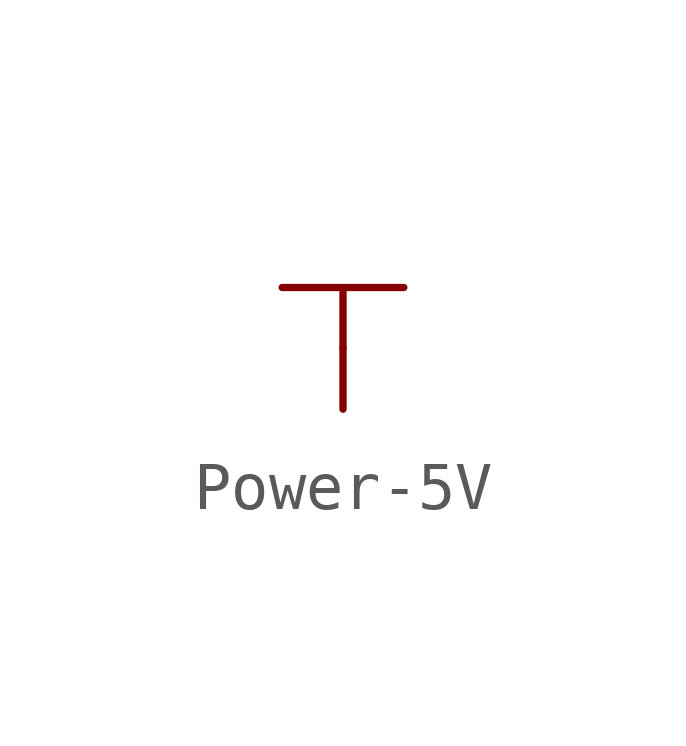
<source format=kicad_sym>
(kicad_symbol_lib
  (version 20241209)
  (generator "kicad_symbol_editor")
  (generator_version "9.0")
  (symbol "Power-5V"
    (power)
    (pin_numbers
      (hide yes))
    (pin_names
      (hide yes))
    (property "Reference" "#PWR"
      (at 0 0 0)
      (effects (font (size 1.27 1.27)) (hide yes)))
    (property "Value" ""
      (at 0 3.81 0)
      (effects (font (size 1.27 1.27))))
    (symbol "Power-5V_1_0"
      (polyline (pts (xy -1.27 2.54) (xy 1.27 2.54)) (stroke (width 0) (type default)) (fill (type none)))
      (polyline (pts (xy 0 2.54) (xy 0 1.27)) (stroke (width 0) (type default)) (fill (type none)))
      (pin power_in line (at 0 0 90) (length 1.27) (name "" (effects (font (size 1.27 1.27)))) (number "1" (effects (font (size 0.025 0.025))))))))
</source>
